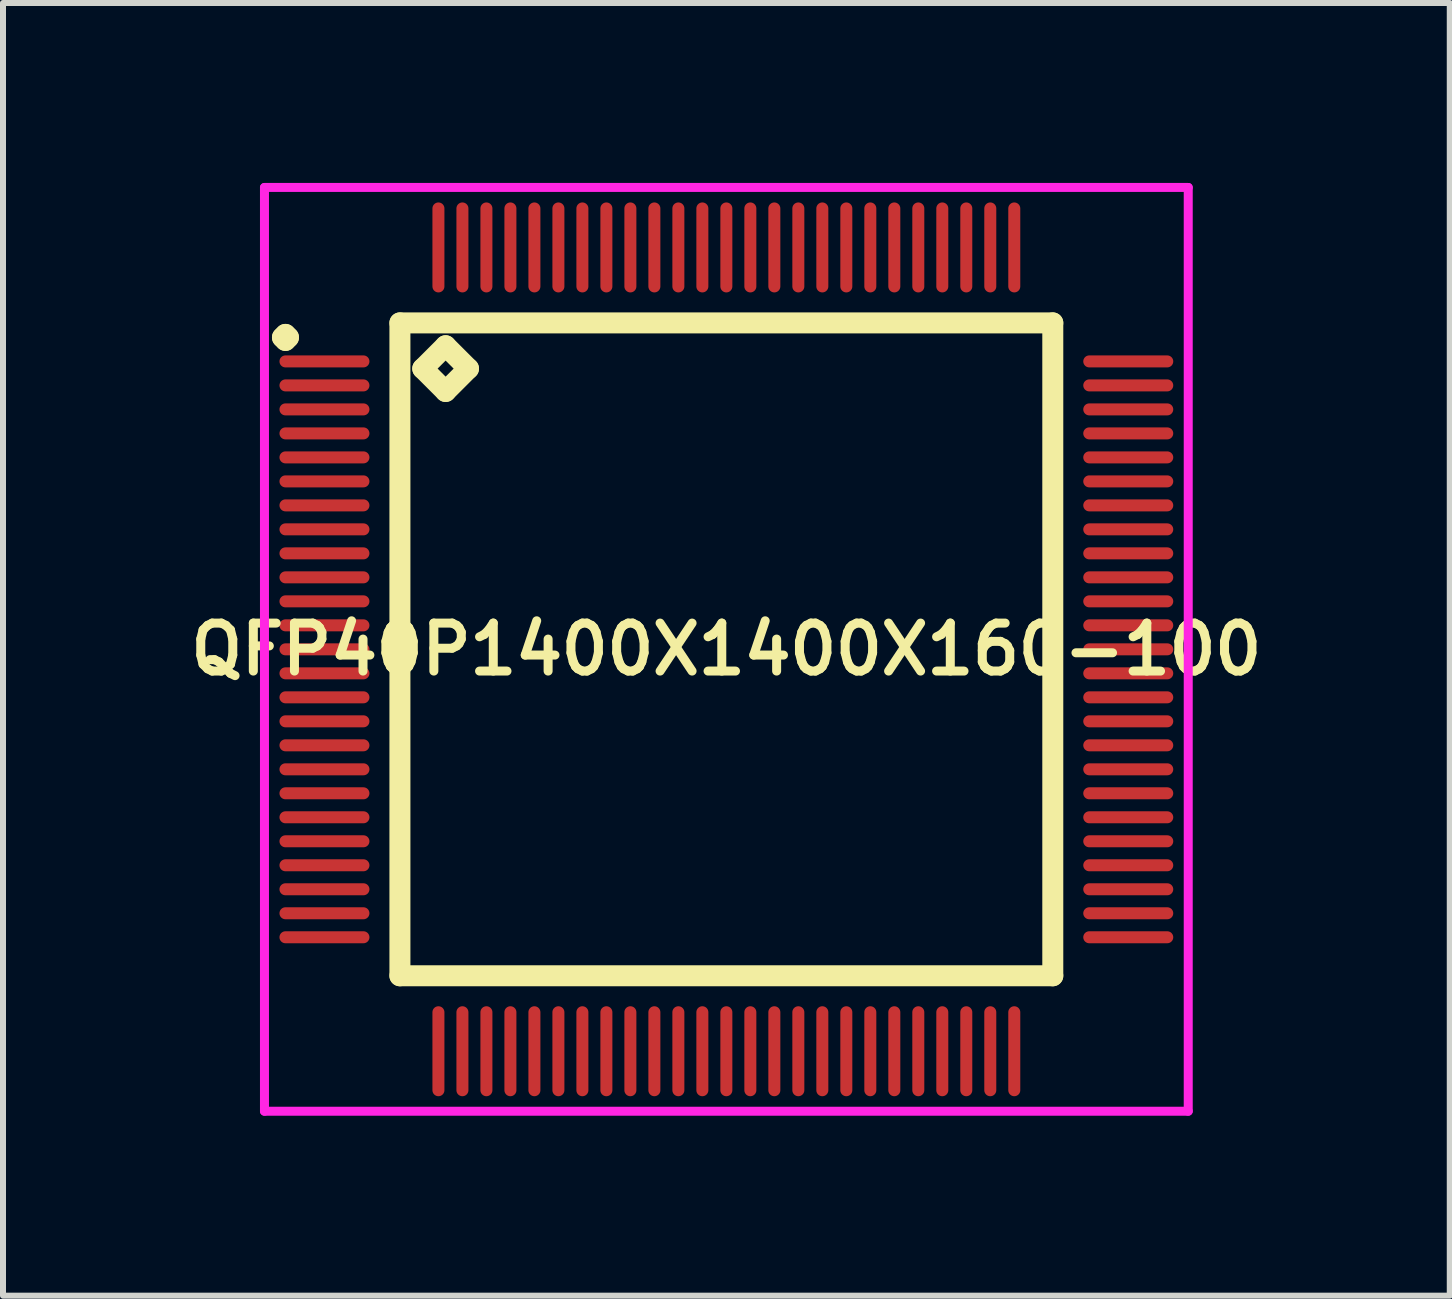
<source format=kicad_pcb>
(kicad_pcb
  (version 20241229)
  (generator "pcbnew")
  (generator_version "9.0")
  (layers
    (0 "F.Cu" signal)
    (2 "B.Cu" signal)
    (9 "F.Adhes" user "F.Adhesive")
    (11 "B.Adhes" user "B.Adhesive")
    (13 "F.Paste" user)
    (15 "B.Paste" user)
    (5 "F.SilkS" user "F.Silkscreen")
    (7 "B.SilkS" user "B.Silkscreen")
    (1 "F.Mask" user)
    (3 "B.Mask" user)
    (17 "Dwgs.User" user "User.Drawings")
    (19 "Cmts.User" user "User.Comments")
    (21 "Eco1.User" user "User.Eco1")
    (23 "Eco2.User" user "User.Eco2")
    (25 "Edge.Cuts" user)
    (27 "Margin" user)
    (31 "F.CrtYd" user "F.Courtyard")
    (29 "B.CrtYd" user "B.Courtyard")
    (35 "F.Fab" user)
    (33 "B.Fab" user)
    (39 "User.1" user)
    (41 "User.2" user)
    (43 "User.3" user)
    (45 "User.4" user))
  (footprint "QFP40P1400X1400X160-100"
    (layer "F.Cu")
    (at 9.059 7.775)
    (property "Reference" "QFP40P1400X1400X160-100" (at 0 0 0) (layer "F.SilkS") (effects (font (size 0.8 0.8) (thickness 0.15))))
    (attr smd)
    (fp_line (start -7.4 -5.2) (end -7.35 -5.25) (stroke (width 0.35) (type solid)) (layer "F.SilkS"))
    (fp_line (start -7.35 -5.25) (end -7.3 -5.2) (stroke (width 0.35) (type solid)) (layer "F.SilkS"))
    (fp_line (start -7.35 -5.15) (end -7.4 -5.2) (stroke (width 0.35) (type solid)) (layer "F.SilkS"))
    (fp_line (start -7.3 -5.2) (end -7.35 -5.15) (stroke (width 0.35) (type solid)) (layer "F.SilkS"))
    (fp_line (start -5.442 -5.442) (end -5.442 5.442) (stroke (width 0.35) (type solid)) (layer "F.SilkS"))
    (fp_line (start -5.442 5.442) (end 5.442 5.442) (stroke (width 0.35) (type solid)) (layer "F.SilkS"))
    (fp_line (start -5.061 -4.68) (end -4.68 -5.061) (stroke (width 0.35) (type solid)) (layer "F.SilkS"))
    (fp_line (start -4.68 -5.061) (end -4.299 -4.68) (stroke (width 0.35) (type solid)) (layer "F.SilkS"))
    (fp_line (start -4.68 -4.299) (end -5.061 -4.68) (stroke (width 0.35) (type solid)) (layer "F.SilkS"))
    (fp_line (start -4.299 -4.68) (end -4.68 -4.299) (stroke (width 0.35) (type solid)) (layer "F.SilkS"))
    (fp_line (start 5.442 -5.442) (end -5.442 -5.442) (stroke (width 0.35) (type solid)) (layer "F.SilkS"))
    (fp_line (start 5.442 5.442) (end 5.442 -5.442) (stroke (width 0.35) (type solid)) (layer "F.SilkS"))
    (fp_line (start -7.7 -7.7) (end 7.7 -7.7) (stroke (width 0.15) (type solid)) (layer "F.CrtYd"))
    (fp_line (start -7.7 7.7) (end -7.7 -7.7) (stroke (width 0.15) (type solid)) (layer "F.CrtYd"))
    (fp_line (start 7.7 -7.7) (end 7.7 7.7) (stroke (width 0.15) (type solid)) (layer "F.CrtYd"))
    (fp_line (start 7.7 7.7) (end -7.7 7.7) (stroke (width 0.15) (type solid)) (layer "F.CrtYd"))
    (pad "1" smd oval (at -6.7 -4.8) (size 1.5 0.2) (layers "F.Cu" "F.Mask" "F.Paste"))
    (pad "2" smd oval (at -6.7 -4.4) (size 1.5 0.2) (layers "F.Cu" "F.Mask" "F.Paste"))
    (pad "3" smd oval (at -6.7 -4) (size 1.5 0.2) (layers "F.Cu" "F.Mask" "F.Paste"))
    (pad "4" smd oval (at -6.7 -3.6) (size 1.5 0.2) (layers "F.Cu" "F.Mask" "F.Paste"))
    (pad "5" smd oval (at -6.7 -3.2) (size 1.5 0.2) (layers "F.Cu" "F.Mask" "F.Paste"))
    (pad "6" smd oval (at -6.7 -2.8) (size 1.5 0.2) (layers "F.Cu" "F.Mask" "F.Paste"))
    (pad "7" smd oval (at -6.7 -2.4) (size 1.5 0.2) (layers "F.Cu" "F.Mask" "F.Paste"))
    (pad "8" smd oval (at -6.7 -2) (size 1.5 0.2) (layers "F.Cu" "F.Mask" "F.Paste"))
    (pad "9" smd oval (at -6.7 -1.6) (size 1.5 0.2) (layers "F.Cu" "F.Mask" "F.Paste"))
    (pad "10" smd oval (at -6.7 -1.2) (size 1.5 0.2) (layers "F.Cu" "F.Mask" "F.Paste"))
    (pad "11" smd oval (at -6.7 -0.8) (size 1.5 0.2) (layers "F.Cu" "F.Mask" "F.Paste"))
    (pad "12" smd oval (at -6.7 -0.4) (size 1.5 0.2) (layers "F.Cu" "F.Mask" "F.Paste"))
    (pad "13" smd oval (at -6.7 0) (size 1.5 0.2) (layers "F.Cu" "F.Mask" "F.Paste"))
    (pad "14" smd oval (at -6.7 0.4) (size 1.5 0.2) (layers "F.Cu" "F.Mask" "F.Paste"))
    (pad "15" smd oval (at -6.7 0.8) (size 1.5 0.2) (layers "F.Cu" "F.Mask" "F.Paste"))
    (pad "16" smd oval (at -6.7 1.2) (size 1.5 0.2) (layers "F.Cu" "F.Mask" "F.Paste"))
    (pad "17" smd oval (at -6.7 1.6) (size 1.5 0.2) (layers "F.Cu" "F.Mask" "F.Paste"))
    (pad "18" smd oval (at -6.7 2) (size 1.5 0.2) (layers "F.Cu" "F.Mask" "F.Paste"))
    (pad "19" smd oval (at -6.7 2.4) (size 1.5 0.2) (layers "F.Cu" "F.Mask" "F.Paste"))
    (pad "20" smd oval (at -6.7 2.8) (size 1.5 0.2) (layers "F.Cu" "F.Mask" "F.Paste"))
    (pad "21" smd oval (at -6.7 3.2) (size 1.5 0.2) (layers "F.Cu" "F.Mask" "F.Paste"))
    (pad "22" smd oval (at -6.7 3.6) (size 1.5 0.2) (layers "F.Cu" "F.Mask" "F.Paste"))
    (pad "23" smd oval (at -6.7 4) (size 1.5 0.2) (layers "F.Cu" "F.Mask" "F.Paste"))
    (pad "24" smd oval (at -6.7 4.4) (size 1.5 0.2) (layers "F.Cu" "F.Mask" "F.Paste"))
    (pad "25" smd oval (at -6.7 4.8) (size 1.5 0.2) (layers "F.Cu" "F.Mask" "F.Paste"))
    (pad "26" smd oval (at -4.8 6.7) (size 0.2 1.5) (layers "F.Cu" "F.Mask" "F.Paste"))
    (pad "27" smd oval (at -4.4 6.7) (size 0.2 1.5) (layers "F.Cu" "F.Mask" "F.Paste"))
    (pad "28" smd oval (at -4 6.7) (size 0.2 1.5) (layers "F.Cu" "F.Mask" "F.Paste"))
    (pad "29" smd oval (at -3.6 6.7) (size 0.2 1.5) (layers "F.Cu" "F.Mask" "F.Paste"))
    (pad "30" smd oval (at -3.2 6.7) (size 0.2 1.5) (layers "F.Cu" "F.Mask" "F.Paste"))
    (pad "31" smd oval (at -2.8 6.7) (size 0.2 1.5) (layers "F.Cu" "F.Mask" "F.Paste"))
    (pad "32" smd oval (at -2.4 6.7) (size 0.2 1.5) (layers "F.Cu" "F.Mask" "F.Paste"))
    (pad "33" smd oval (at -2 6.7) (size 0.2 1.5) (layers "F.Cu" "F.Mask" "F.Paste"))
    (pad "34" smd oval (at -1.6 6.7) (size 0.2 1.5) (layers "F.Cu" "F.Mask" "F.Paste"))
    (pad "35" smd oval (at -1.2 6.7) (size 0.2 1.5) (layers "F.Cu" "F.Mask" "F.Paste"))
    (pad "36" smd oval (at -0.8 6.7) (size 0.2 1.5) (layers "F.Cu" "F.Mask" "F.Paste"))
    (pad "37" smd oval (at -0.4 6.7) (size 0.2 1.5) (layers "F.Cu" "F.Mask" "F.Paste"))
    (pad "38" smd oval (at 0 6.7) (size 0.2 1.5) (layers "F.Cu" "F.Mask" "F.Paste"))
    (pad "39" smd oval (at 0.4 6.7) (size 0.2 1.5) (layers "F.Cu" "F.Mask" "F.Paste"))
    (pad "40" smd oval (at 0.8 6.7) (size 0.2 1.5) (layers "F.Cu" "F.Mask" "F.Paste"))
    (pad "41" smd oval (at 1.2 6.7) (size 0.2 1.5) (layers "F.Cu" "F.Mask" "F.Paste"))
    (pad "42" smd oval (at 1.6 6.7) (size 0.2 1.5) (layers "F.Cu" "F.Mask" "F.Paste"))
    (pad "43" smd oval (at 2 6.7) (size 0.2 1.5) (layers "F.Cu" "F.Mask" "F.Paste"))
    (pad "44" smd oval (at 2.4 6.7) (size 0.2 1.5) (layers "F.Cu" "F.Mask" "F.Paste"))
    (pad "45" smd oval (at 2.8 6.7) (size 0.2 1.5) (layers "F.Cu" "F.Mask" "F.Paste"))
    (pad "46" smd oval (at 3.2 6.7) (size 0.2 1.5) (layers "F.Cu" "F.Mask" "F.Paste"))
    (pad "47" smd oval (at 3.6 6.7) (size 0.2 1.5) (layers "F.Cu" "F.Mask" "F.Paste"))
    (pad "48" smd oval (at 4 6.7) (size 0.2 1.5) (layers "F.Cu" "F.Mask" "F.Paste"))
    (pad "49" smd oval (at 4.4 6.7) (size 0.2 1.5) (layers "F.Cu" "F.Mask" "F.Paste"))
    (pad "50" smd oval (at 4.8 6.7) (size 0.2 1.5) (layers "F.Cu" "F.Mask" "F.Paste"))
    (pad "51" smd oval (at 6.7 4.8) (size 1.5 0.2) (layers "F.Cu" "F.Mask" "F.Paste"))
    (pad "52" smd oval (at 6.7 4.4) (size 1.5 0.2) (layers "F.Cu" "F.Mask" "F.Paste"))
    (pad "53" smd oval (at 6.7 4) (size 1.5 0.2) (layers "F.Cu" "F.Mask" "F.Paste"))
    (pad "54" smd oval (at 6.7 3.6) (size 1.5 0.2) (layers "F.Cu" "F.Mask" "F.Paste"))
    (pad "55" smd oval (at 6.7 3.2) (size 1.5 0.2) (layers "F.Cu" "F.Mask" "F.Paste"))
    (pad "56" smd oval (at 6.7 2.8) (size 1.5 0.2) (layers "F.Cu" "F.Mask" "F.Paste"))
    (pad "57" smd oval (at 6.7 2.4) (size 1.5 0.2) (layers "F.Cu" "F.Mask" "F.Paste"))
    (pad "58" smd oval (at 6.7 2) (size 1.5 0.2) (layers "F.Cu" "F.Mask" "F.Paste"))
    (pad "59" smd oval (at 6.7 1.6) (size 1.5 0.2) (layers "F.Cu" "F.Mask" "F.Paste"))
    (pad "60" smd oval (at 6.7 1.2) (size 1.5 0.2) (layers "F.Cu" "F.Mask" "F.Paste"))
    (pad "61" smd oval (at 6.7 0.8) (size 1.5 0.2) (layers "F.Cu" "F.Mask" "F.Paste"))
    (pad "62" smd oval (at 6.7 0.4) (size 1.5 0.2) (layers "F.Cu" "F.Mask" "F.Paste"))
    (pad "63" smd oval (at 6.7 0) (size 1.5 0.2) (layers "F.Cu" "F.Mask" "F.Paste"))
    (pad "64" smd oval (at 6.7 -0.4) (size 1.5 0.2) (layers "F.Cu" "F.Mask" "F.Paste"))
    (pad "65" smd oval (at 6.7 -0.8) (size 1.5 0.2) (layers "F.Cu" "F.Mask" "F.Paste"))
    (pad "66" smd oval (at 6.7 -1.2) (size 1.5 0.2) (layers "F.Cu" "F.Mask" "F.Paste"))
    (pad "67" smd oval (at 6.7 -1.6) (size 1.5 0.2) (layers "F.Cu" "F.Mask" "F.Paste"))
    (pad "68" smd oval (at 6.7 -2) (size 1.5 0.2) (layers "F.Cu" "F.Mask" "F.Paste"))
    (pad "69" smd oval (at 6.7 -2.4) (size 1.5 0.2) (layers "F.Cu" "F.Mask" "F.Paste"))
    (pad "70" smd oval (at 6.7 -2.8) (size 1.5 0.2) (layers "F.Cu" "F.Mask" "F.Paste"))
    (pad "71" smd oval (at 6.7 -3.2) (size 1.5 0.2) (layers "F.Cu" "F.Mask" "F.Paste"))
    (pad "72" smd oval (at 6.7 -3.6) (size 1.5 0.2) (layers "F.Cu" "F.Mask" "F.Paste"))
    (pad "73" smd oval (at 6.7 -4) (size 1.5 0.2) (layers "F.Cu" "F.Mask" "F.Paste"))
    (pad "74" smd oval (at 6.7 -4.4) (size 1.5 0.2) (layers "F.Cu" "F.Mask" "F.Paste"))
    (pad "75" smd oval (at 6.7 -4.8) (size 1.5 0.2) (layers "F.Cu" "F.Mask" "F.Paste"))
    (pad "76" smd oval (at 4.8 -6.7) (size 0.2 1.5) (layers "F.Cu" "F.Mask" "F.Paste"))
    (pad "77" smd oval (at 4.4 -6.7) (size 0.2 1.5) (layers "F.Cu" "F.Mask" "F.Paste"))
    (pad "78" smd oval (at 4 -6.7) (size 0.2 1.5) (layers "F.Cu" "F.Mask" "F.Paste"))
    (pad "79" smd oval (at 3.6 -6.7) (size 0.2 1.5) (layers "F.Cu" "F.Mask" "F.Paste"))
    (pad "80" smd oval (at 3.2 -6.7) (size 0.2 1.5) (layers "F.Cu" "F.Mask" "F.Paste"))
    (pad "81" smd oval (at 2.8 -6.7) (size 0.2 1.5) (layers "F.Cu" "F.Mask" "F.Paste"))
    (pad "82" smd oval (at 2.4 -6.7) (size 0.2 1.5) (layers "F.Cu" "F.Mask" "F.Paste"))
    (pad "83" smd oval (at 2 -6.7) (size 0.2 1.5) (layers "F.Cu" "F.Mask" "F.Paste"))
    (pad "84" smd oval (at 1.6 -6.7) (size 0.2 1.5) (layers "F.Cu" "F.Mask" "F.Paste"))
    (pad "85" smd oval (at 1.2 -6.7) (size 0.2 1.5) (layers "F.Cu" "F.Mask" "F.Paste"))
    (pad "86" smd oval (at 0.8 -6.7) (size 0.2 1.5) (layers "F.Cu" "F.Mask" "F.Paste"))
    (pad "87" smd oval (at 0.4 -6.7) (size 0.2 1.5) (layers "F.Cu" "F.Mask" "F.Paste"))
    (pad "88" smd oval (at 0 -6.7) (size 0.2 1.5) (layers "F.Cu" "F.Mask" "F.Paste"))
    (pad "89" smd oval (at -0.4 -6.7) (size 0.2 1.5) (layers "F.Cu" "F.Mask" "F.Paste"))
    (pad "90" smd oval (at -0.8 -6.7) (size 0.2 1.5) (layers "F.Cu" "F.Mask" "F.Paste"))
    (pad "91" smd oval (at -1.2 -6.7) (size 0.2 1.5) (layers "F.Cu" "F.Mask" "F.Paste"))
    (pad "92" smd oval (at -1.6 -6.7) (size 0.2 1.5) (layers "F.Cu" "F.Mask" "F.Paste"))
    (pad "93" smd oval (at -2 -6.7) (size 0.2 1.5) (layers "F.Cu" "F.Mask" "F.Paste"))
    (pad "94" smd oval (at -2.4 -6.7) (size 0.2 1.5) (layers "F.Cu" "F.Mask" "F.Paste"))
    (pad "95" smd oval (at -2.8 -6.7) (size 0.2 1.5) (layers "F.Cu" "F.Mask" "F.Paste"))
    (pad "96" smd oval (at -3.2 -6.7) (size 0.2 1.5) (layers "F.Cu" "F.Mask" "F.Paste"))
    (pad "97" smd oval (at -3.6 -6.7) (size 0.2 1.5) (layers "F.Cu" "F.Mask" "F.Paste"))
    (pad "98" smd oval (at -4 -6.7) (size 0.2 1.5) (layers "F.Cu" "F.Mask" "F.Paste"))
    (pad "99" smd oval (at -4.4 -6.7) (size 0.2 1.5) (layers "F.Cu" "F.Mask" "F.Paste"))
    (pad "100" smd oval (at -4.8 -6.7) (size 0.2 1.5) (layers "F.Cu" "F.Mask" "F.Paste")))
  (gr_rect
    (start -3 -3)
    (end 21.119 18.55)
    (stroke (width 0.1) (type default))
    (fill no)
    (layer "Edge.Cuts")))
</source>
